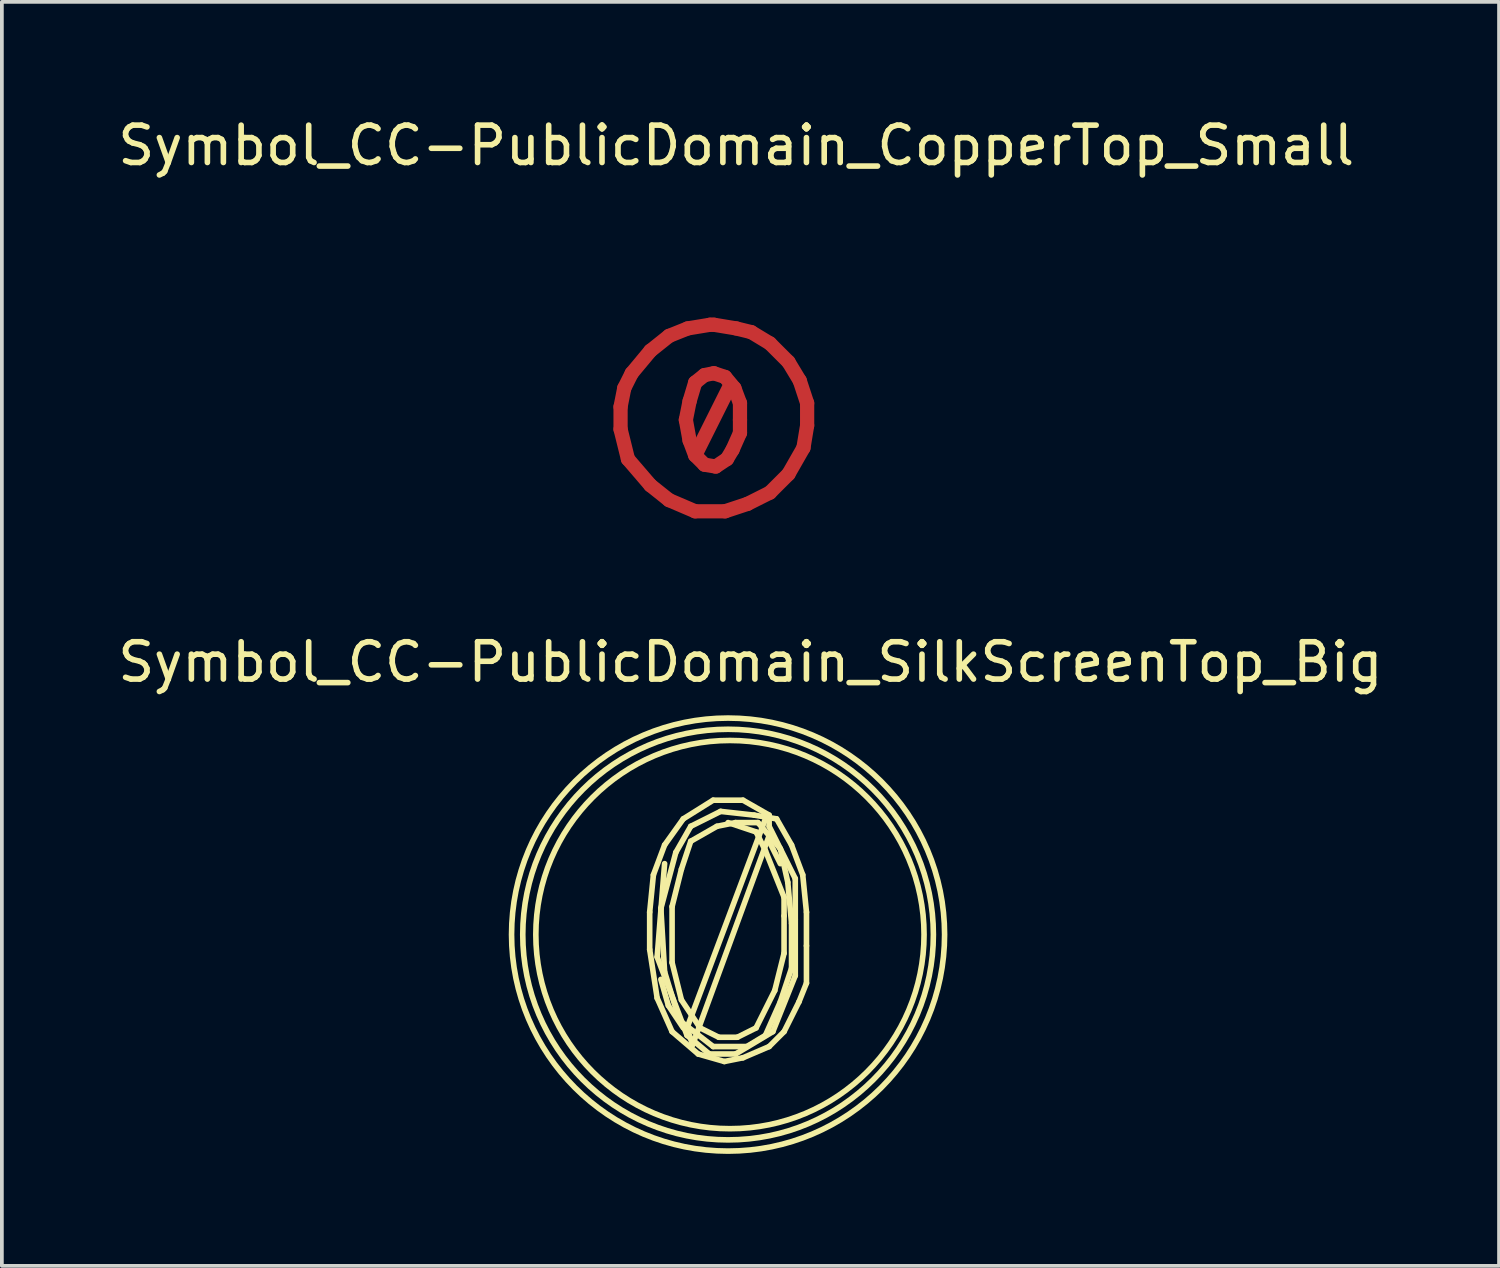
<source format=kicad_pcb>
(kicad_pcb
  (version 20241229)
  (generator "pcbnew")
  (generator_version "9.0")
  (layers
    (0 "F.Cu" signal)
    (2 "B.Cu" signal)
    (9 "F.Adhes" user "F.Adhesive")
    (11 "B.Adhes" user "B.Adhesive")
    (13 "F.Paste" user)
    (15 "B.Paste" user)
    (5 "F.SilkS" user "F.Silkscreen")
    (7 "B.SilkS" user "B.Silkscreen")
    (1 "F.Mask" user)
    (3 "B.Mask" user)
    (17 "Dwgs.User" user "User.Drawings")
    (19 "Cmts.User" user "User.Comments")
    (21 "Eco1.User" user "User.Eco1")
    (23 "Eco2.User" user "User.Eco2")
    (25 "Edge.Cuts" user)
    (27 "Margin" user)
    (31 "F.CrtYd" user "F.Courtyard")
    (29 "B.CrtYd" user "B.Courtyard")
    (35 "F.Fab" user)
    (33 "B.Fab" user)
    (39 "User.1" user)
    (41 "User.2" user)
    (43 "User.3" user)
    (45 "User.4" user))
  (footprint "Symbol_CC-PublicDomain_SilkScreenTop_Big"
    (layer "F.Cu")
    (at 16.454 21.986)
    (property "Reference" "Symbol_CC-PublicDomain_SilkScreenTop_Big" (at 0.599 -7.3 0) (layer "F.SilkS") (effects (font (size 1 1) (thickness 0.15))))
    (attr through_hole)
    (fp_line (start -2.1 -0.6) (end -2 -1.6) (stroke (width 0.15) (type solid)) (layer "F.SilkS"))
    (fp_line (start -2.1 0.4) (end -2.1 -0.6) (stroke (width 0.15) (type solid)) (layer "F.SilkS"))
    (fp_line (start -2 -1.6) (end -1.7 -2.4) (stroke (width 0.15) (type solid)) (layer "F.SilkS"))
    (fp_line (start -1.9 0.6) (end -1.7 -1.9) (stroke (width 0.15) (type solid)) (layer "F.SilkS"))
    (fp_line (start -1.9 1.7) (end -2.1 0.4) (stroke (width 0.15) (type solid)) (layer "F.SilkS"))
    (fp_line (start -1.8 -0.7) (end -1.4 -2.2) (stroke (width 0.15) (type solid)) (layer "F.SilkS"))
    (fp_line (start -1.8 1.2) (end -1.6 1.9) (stroke (width 0.15) (type solid)) (layer "F.SilkS"))
    (fp_line (start -1.7 -2.4) (end -1.2 -3.1) (stroke (width 0.15) (type solid)) (layer "F.SilkS"))
    (fp_line (start -1.7 1) (end -1.8 -0.7) (stroke (width 0.15) (type solid)) (layer "F.SilkS"))
    (fp_line (start -1.6 1.9) (end -1.2 2.5) (stroke (width 0.15) (type solid)) (layer "F.SilkS"))
    (fp_line (start -1.5 -0.75) (end -1.25 -1.75) (stroke (width 0.15) (type solid)) (layer "F.SilkS"))
    (fp_line (start -1.5 0.75) (end -1.5 -0.75) (stroke (width 0.15) (type solid)) (layer "F.SilkS"))
    (fp_line (start -1.5 2.6) (end -1.9 1.7) (stroke (width 0.15) (type solid)) (layer "F.SilkS"))
    (fp_line (start -1.4 -2.2) (end -1 -2.9) (stroke (width 0.15) (type solid)) (layer "F.SilkS"))
    (fp_line (start -1.3 2.3) (end -1.7 1) (stroke (width 0.15) (type solid)) (layer "F.SilkS"))
    (fp_line (start -1.25 -1.75) (end -1 -2.5) (stroke (width 0.15) (type solid)) (layer "F.SilkS"))
    (fp_line (start -1.25 1.75) (end -1.5 0.75) (stroke (width 0.15) (type solid)) (layer "F.SilkS"))
    (fp_line (start -1.2 -3.1) (end -0.4 -3.6) (stroke (width 0.15) (type solid)) (layer "F.SilkS"))
    (fp_line (start -1.1 2.5) (end 1 -3.1) (stroke (width 0.15) (type solid)) (layer "F.SilkS"))
    (fp_line (start -1.1 2.7) (end -1.9 0.6) (stroke (width 0.15) (type solid)) (layer "F.SilkS"))
    (fp_line (start -1 -2.9) (end -0.2 -3.3) (stroke (width 0.15) (type solid)) (layer "F.SilkS"))
    (fp_line (start -1 -2.5) (end -0.3 -2.9) (stroke (width 0.15) (type solid)) (layer "F.SilkS"))
    (fp_line (start -0.95 2.95) (end -1.1 2.5) (stroke (width 0.15) (type solid)) (layer "F.SilkS"))
    (fp_line (start -0.8 3.2) (end -1.5 2.6) (stroke (width 0.15) (type solid)) (layer "F.SilkS"))
    (fp_line (start -0.75 2.5) (end -1.25 1.75) (stroke (width 0.15) (type solid)) (layer "F.SilkS"))
    (fp_line (start -0.5 3.2) (end -1.1 2.7) (stroke (width 0.15) (type solid)) (layer "F.SilkS"))
    (fp_line (start -0.4 -3.6) (end 0.4 -3.6) (stroke (width 0.15) (type solid)) (layer "F.SilkS"))
    (fp_line (start -0.4 3) (end -1.3 2.3) (stroke (width 0.15) (type solid)) (layer "F.SilkS"))
    (fp_line (start -0.3 -2.9) (end 0.2 -3) (stroke (width 0.15) (type solid)) (layer "F.SilkS"))
    (fp_line (start -0.25 2.75) (end -0.75 2.5) (stroke (width 0.15) (type solid)) (layer "F.SilkS"))
    (fp_line (start -0.2 -3.3) (end 0.7 -3.2) (stroke (width 0.15) (type solid)) (layer "F.SilkS"))
    (fp_line (start -0.1 3.4) (end -0.8 3.2) (stroke (width 0.15) (type solid)) (layer "F.SilkS"))
    (fp_line (start 0 -3) (end 0.75 -2.75) (stroke (width 0.15) (type solid)) (layer "F.SilkS"))
    (fp_line (start 0.2 -3) (end 0.8 -3) (stroke (width 0.15) (type solid)) (layer "F.SilkS"))
    (fp_line (start 0.2 3.2) (end -0.5 3.2) (stroke (width 0.15) (type solid)) (layer "F.SilkS"))
    (fp_line (start 0.25 2.75) (end -0.25 2.75) (stroke (width 0.15) (type solid)) (layer "F.SilkS"))
    (fp_line (start 0.4 -3.6) (end 1.1 -3.2) (stroke (width 0.15) (type solid)) (layer "F.SilkS"))
    (fp_line (start 0.4 3.3) (end -0.1 3.4) (stroke (width 0.15) (type solid)) (layer "F.SilkS"))
    (fp_line (start 0.5 3) (end -0.4 3) (stroke (width 0.15) (type solid)) (layer "F.SilkS"))
    (fp_line (start 0.7 -3.2) (end 1.3 -3.1) (stroke (width 0.15) (type solid)) (layer "F.SilkS"))
    (fp_line (start 0.75 -2.75) (end 1 -2.25) (stroke (width 0.15) (type solid)) (layer "F.SilkS"))
    (fp_line (start 0.75 2.5) (end 0.25 2.75) (stroke (width 0.15) (type solid)) (layer "F.SilkS"))
    (fp_line (start 0.8 -3) (end 1.4 -2.3) (stroke (width 0.15) (type solid)) (layer "F.SilkS"))
    (fp_line (start 1 -2.25) (end 1.5 -1) (stroke (width 0.15) (type solid)) (layer "F.SilkS"))
    (fp_line (start 1 2.7) (end 0.5 3) (stroke (width 0.15) (type solid)) (layer "F.SilkS"))
    (fp_line (start 1.1 -3.2) (end 1.1 -2.9) (stroke (width 0.15) (type solid)) (layer "F.SilkS"))
    (fp_line (start 1.1 -2.9) (end 1.8 -1.5) (stroke (width 0.15) (type solid)) (layer "F.SilkS"))
    (fp_line (start 1.1 -2.65) (end -0.95 2.95) (stroke (width 0.15) (type solid)) (layer "F.SilkS"))
    (fp_line (start 1.1 -2.5) (end 1.4 -1.9) (stroke (width 0.15) (type solid)) (layer "F.SilkS"))
    (fp_line (start 1.1 3) (end 0.4 3.3) (stroke (width 0.15) (type solid)) (layer "F.SilkS"))
    (fp_line (start 1.2 2.6) (end 0.2 3.2) (stroke (width 0.15) (type solid)) (layer "F.SilkS"))
    (fp_line (start 1.25 1.5) (end 0.75 2.5) (stroke (width 0.15) (type solid)) (layer "F.SilkS"))
    (fp_line (start 1.3 -3.1) (end 1.7 -2.4) (stroke (width 0.15) (type solid)) (layer "F.SilkS"))
    (fp_line (start 1.4 -2.3) (end 1.6 -1.4) (stroke (width 0.15) (type solid)) (layer "F.SilkS"))
    (fp_line (start 1.4 1.8) (end 1 2.7) (stroke (width 0.15) (type solid)) (layer "F.SilkS"))
    (fp_line (start 1.5 -1) (end 1.5 -0.5) (stroke (width 0.15) (type solid)) (layer "F.SilkS"))
    (fp_line (start 1.5 -0.5) (end 1.5 0.5) (stroke (width 0.15) (type solid)) (layer "F.SilkS"))
    (fp_line (start 1.5 0.5) (end 1.25 1.5) (stroke (width 0.15) (type solid)) (layer "F.SilkS"))
    (fp_line (start 1.5 2.6) (end 1.1 3) (stroke (width 0.15) (type solid)) (layer "F.SilkS"))
    (fp_line (start 1.6 -1.4) (end 1.7 -0.3) (stroke (width 0.15) (type solid)) (layer "F.SilkS"))
    (fp_line (start 1.7 -2.4) (end 2 -1.6) (stroke (width 0.15) (type solid)) (layer "F.SilkS"))
    (fp_line (start 1.7 -0.3) (end 1.7 0.9) (stroke (width 0.15) (type solid)) (layer "F.SilkS"))
    (fp_line (start 1.7 0.9) (end 1.4 1.8) (stroke (width 0.15) (type solid)) (layer "F.SilkS"))
    (fp_line (start 1.8 -1.5) (end 1.8 -0.4) (stroke (width 0.15) (type solid)) (layer "F.SilkS"))
    (fp_line (start 1.8 -0.4) (end 1.8 1.1) (stroke (width 0.15) (type solid)) (layer "F.SilkS"))
    (fp_line (start 1.8 1.1) (end 1.2 2.6) (stroke (width 0.15) (type solid)) (layer "F.SilkS"))
    (fp_line (start 1.9 1.8) (end 1.5 2.6) (stroke (width 0.15) (type solid)) (layer "F.SilkS"))
    (fp_line (start 2 -1.6) (end 2.1 -0.6) (stroke (width 0.15) (type solid)) (layer "F.SilkS"))
    (fp_line (start 2.1 -0.6) (end 2.1 0.3) (stroke (width 0.15) (type solid)) (layer "F.SilkS"))
    (fp_line (start 2.1 0.3) (end 2.1 1.3) (stroke (width 0.15) (type solid)) (layer "F.SilkS"))
    (fp_line (start 2.1 1.3) (end 1.9 1.8) (stroke (width 0.15) (type solid)) (layer "F.SilkS"))
    (fp_circle (center 0 0) (end 5.5 0) (stroke (width 0.15) (type solid)) (fill no) (layer "F.SilkS"))
    (fp_circle (center 0 0) (end 5.8 -0.05) (stroke (width 0.15) (type solid)) (fill no) (layer "F.SilkS"))
    (fp_circle (center 0.05 0) (end 5.25 0) (stroke (width 0.15) (type solid)) (fill no) (layer "F.SilkS")))
  (footprint "Symbol_CC-PublicDomain_CopperTop_Small"
    (layer "F.Cu")
    (at 16.073 8.148)
    (property "Reference" "Symbol_CC-PublicDomain_CopperTop_Small" (at 0.599 -7.3 0) (layer "F.SilkS") (effects (font (size 1 1) (thickness 0.15))))
    (attr through_hole)
    (fp_line (start -2.499 -0.3) (end -2.499 0.3) (stroke (width 0.381) (type solid)) (layer "F.Cu"))
    (fp_line (start -2.499 0.3) (end -2.301 1.1) (stroke (width 0.381) (type solid)) (layer "F.Cu"))
    (fp_line (start -2.4 -0.8) (end -2.499 -0.3) (stroke (width 0.381) (type solid)) (layer "F.Cu"))
    (fp_line (start -2.301 1.1) (end -1.699 1.801) (stroke (width 0.381) (type solid)) (layer "F.Cu"))
    (fp_line (start -2.2 -1.199) (end -2.4 -0.8) (stroke (width 0.381) (type solid)) (layer "F.Cu"))
    (fp_line (start -1.699 -1.801) (end -2.2 -1.199) (stroke (width 0.381) (type solid)) (layer "F.Cu"))
    (fp_line (start -1.699 1.801) (end -1.199 2.2) (stroke (width 0.381) (type solid)) (layer "F.Cu"))
    (fp_line (start -1.199 -2.2) (end -1.699 -1.801) (stroke (width 0.381) (type solid)) (layer "F.Cu"))
    (fp_line (start -1.199 2.2) (end -0.5 2.499) (stroke (width 0.381) (type solid)) (layer "F.Cu"))
    (fp_line (start -0.75 0.05) (end -0.65 -0.45) (stroke (width 0.381) (type solid)) (layer "F.Cu"))
    (fp_line (start -0.701 -2.4) (end -1.199 -2.2) (stroke (width 0.381) (type solid)) (layer "F.Cu"))
    (fp_line (start -0.65 -0.45) (end -0.5 -0.95) (stroke (width 0.381) (type solid)) (layer "F.Cu"))
    (fp_line (start -0.65 0.6) (end -0.75 0.05) (stroke (width 0.381) (type solid)) (layer "F.Cu"))
    (fp_line (start -0.5 2.499) (end 0.3 2.499) (stroke (width 0.381) (type solid)) (layer "F.Cu"))
    (fp_line (start -0.5 -0.95) (end -0.25 -1.15) (stroke (width 0.381) (type solid)) (layer "F.Cu"))
    (fp_line (start -0.5 1) (end -0.65 0.6) (stroke (width 0.381) (type solid)) (layer "F.Cu"))
    (fp_line (start -0.25 -1.15) (end 0 -1.2) (stroke (width 0.381) (type solid)) (layer "F.Cu"))
    (fp_line (start -0.25 1.25) (end -0.5 1) (stroke (width 0.381) (type solid)) (layer "F.Cu"))
    (fp_line (start -0.099 -2.499) (end -0.701 -2.4) (stroke (width 0.381) (type solid)) (layer "F.Cu"))
    (fp_line (start 0 -2.499) (end -0.099 -2.499) (stroke (width 0.381) (type solid)) (layer "F.Cu"))
    (fp_line (start 0 -1.2) (end 0.3 -1.1) (stroke (width 0.381) (type solid)) (layer "F.Cu"))
    (fp_line (start 0.05 1.3) (end -0.25 1.25) (stroke (width 0.381) (type solid)) (layer "F.Cu"))
    (fp_line (start 0.3 2.499) (end 0.899 2.301) (stroke (width 0.381) (type solid)) (layer "F.Cu"))
    (fp_line (start 0.3 -1.1) (end 0.55 -0.8) (stroke (width 0.381) (type solid)) (layer "F.Cu"))
    (fp_line (start 0.35 1.1) (end 0.05 1.3) (stroke (width 0.381) (type solid)) (layer "F.Cu"))
    (fp_line (start 0.45 -0.9) (end -0.45 0.9) (stroke (width 0.381) (type solid)) (layer "F.Cu"))
    (fp_line (start 0.5 0.85) (end 0.35 1.1) (stroke (width 0.381) (type solid)) (layer "F.Cu"))
    (fp_line (start 0.55 -0.8) (end 0.7 -0.4) (stroke (width 0.381) (type solid)) (layer "F.Cu"))
    (fp_line (start 0.599 -2.4) (end 0 -2.499) (stroke (width 0.381) (type solid)) (layer "F.Cu"))
    (fp_line (start 0.7 -0.4) (end 0.7 0.05) (stroke (width 0.381) (type solid)) (layer "F.Cu"))
    (fp_line (start 0.7 0.05) (end 0.7 0.4) (stroke (width 0.381) (type solid)) (layer "F.Cu"))
    (fp_line (start 0.7 0.4) (end 0.5 0.85) (stroke (width 0.381) (type solid)) (layer "F.Cu"))
    (fp_line (start 0.899 2.301) (end 1.501 1.999) (stroke (width 0.381) (type solid)) (layer "F.Cu"))
    (fp_line (start 1.001 -2.301) (end 0.599 -2.4) (stroke (width 0.381) (type solid)) (layer "F.Cu"))
    (fp_line (start 1.501 -1.999) (end 1.001 -2.301) (stroke (width 0.381) (type solid)) (layer "F.Cu"))
    (fp_line (start 1.501 1.999) (end 1.999 1.501) (stroke (width 0.381) (type solid)) (layer "F.Cu"))
    (fp_line (start 1.999 -1.501) (end 1.501 -1.999) (stroke (width 0.381) (type solid)) (layer "F.Cu"))
    (fp_line (start 1.999 1.501) (end 2.4 0.8) (stroke (width 0.381) (type solid)) (layer "F.Cu"))
    (fp_line (start 2.301 -1.001) (end 1.999 -1.501) (stroke (width 0.381) (type solid)) (layer "F.Cu"))
    (fp_line (start 2.4 0.8) (end 2.499 0.201) (stroke (width 0.381) (type solid)) (layer "F.Cu"))
    (fp_line (start 2.499 -0.399) (end 2.301 -1.001) (stroke (width 0.381) (type solid)) (layer "F.Cu"))
    (fp_line (start 2.499 0.201) (end 2.499 -0.399) (stroke (width 0.381) (type solid)) (layer "F.Cu")))
  (gr_rect
    (start -3 -3)
    (end 37.107 30.861)
    (stroke (width 0.1) (type default))
    (fill no)
    (layer "Edge.Cuts")))
</source>
